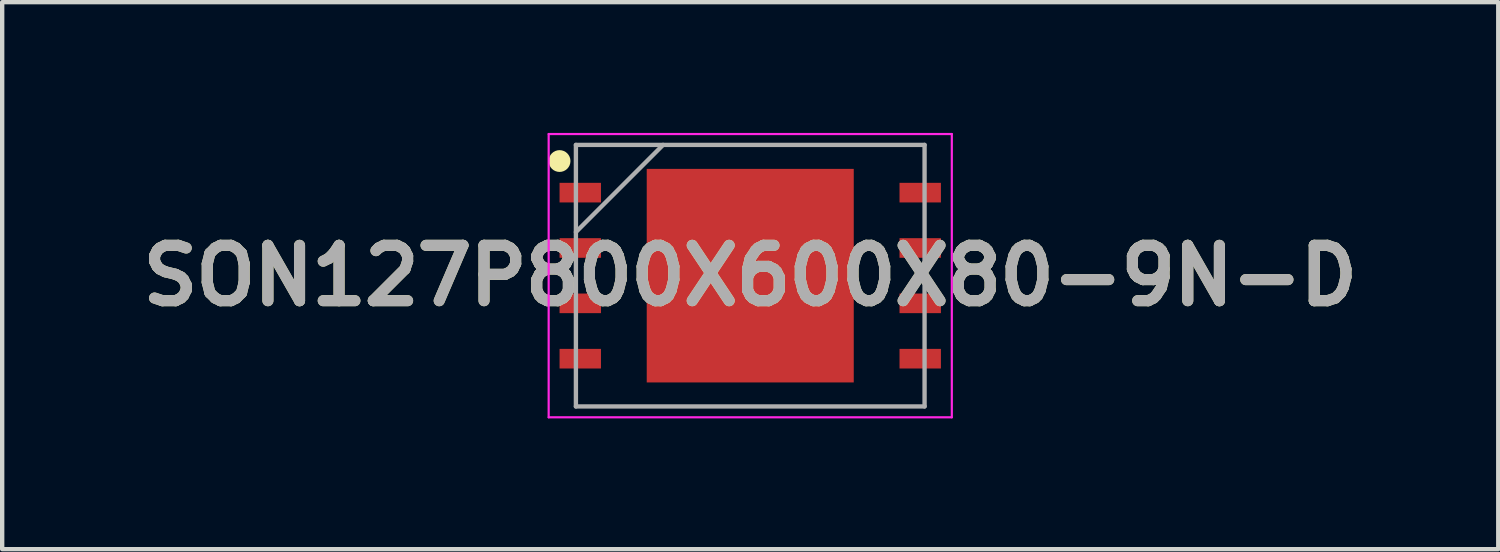
<source format=kicad_pcb>
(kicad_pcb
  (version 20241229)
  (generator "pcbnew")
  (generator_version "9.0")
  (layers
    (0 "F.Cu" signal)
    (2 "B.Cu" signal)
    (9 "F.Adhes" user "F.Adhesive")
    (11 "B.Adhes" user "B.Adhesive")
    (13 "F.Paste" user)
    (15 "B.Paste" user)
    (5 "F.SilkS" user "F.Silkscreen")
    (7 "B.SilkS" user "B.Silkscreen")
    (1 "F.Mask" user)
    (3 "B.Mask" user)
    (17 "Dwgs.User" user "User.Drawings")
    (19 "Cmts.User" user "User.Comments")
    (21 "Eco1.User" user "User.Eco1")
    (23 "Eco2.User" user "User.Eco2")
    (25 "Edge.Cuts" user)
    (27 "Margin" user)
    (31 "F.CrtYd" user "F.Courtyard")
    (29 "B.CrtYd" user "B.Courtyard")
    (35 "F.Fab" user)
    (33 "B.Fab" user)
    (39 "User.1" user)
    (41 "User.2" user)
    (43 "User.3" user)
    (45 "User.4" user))
  (footprint "SON127P800X600X80-9N-D"
    (layer "F.Cu")
    (at 14.164 3.275)
    (property "Reference" "SON127P800X600X80-9N-D" (at 0 0 0) (layer "F.SilkS") (effects (font (size 1.27 1.27) (thickness 0.254))))
    (attr smd)
    (fp_circle (center -4.375 -2.63) (end -4.375 -2.505) (stroke (width 0.25) (type solid)) (fill no) (layer "F.SilkS"))
    (fp_line (start -4.625 -3.25) (end 4.625 -3.25) (stroke (width 0.05) (type solid)) (layer "F.CrtYd"))
    (fp_line (start -4.625 3.25) (end -4.625 -3.25) (stroke (width 0.05) (type solid)) (layer "F.CrtYd"))
    (fp_line (start 4.625 -3.25) (end 4.625 3.25) (stroke (width 0.05) (type solid)) (layer "F.CrtYd"))
    (fp_line (start 4.625 3.25) (end -4.625 3.25) (stroke (width 0.05) (type solid)) (layer "F.CrtYd"))
    (fp_line (start -4 -3) (end 4 -3) (stroke (width 0.1) (type solid)) (layer "F.Fab"))
    (fp_line (start -4 -1) (end -2 -3) (stroke (width 0.1) (type solid)) (layer "F.Fab"))
    (fp_line (start -4 3) (end -4 -3) (stroke (width 0.1) (type solid)) (layer "F.Fab"))
    (fp_line (start 4 -3) (end 4 3) (stroke (width 0.1) (type solid)) (layer "F.Fab"))
    (fp_line (start 4 3) (end -4 3) (stroke (width 0.1) (type solid)) (layer "F.Fab"))
    (fp_text user "${REFERENCE}" (at 0 0 0) (layer "F.Fab") (effects (font (size 1.27 1.27) (thickness 0.254))))
    (pad "1" smd rect (at -3.9 -1.905 90) (size 0.45 0.95) (layers "F.Cu" "F.Mask" "F.Paste"))
    (pad "2" smd rect (at -3.9 -0.635 90) (size 0.45 0.95) (layers "F.Cu" "F.Mask" "F.Paste"))
    (pad "3" smd rect (at -3.9 0.635 90) (size 0.45 0.95) (layers "F.Cu" "F.Mask" "F.Paste"))
    (pad "4" smd rect (at -3.9 1.905 90) (size 0.45 0.95) (layers "F.Cu" "F.Mask" "F.Paste"))
    (pad "5" smd rect (at 3.9 1.905 90) (size 0.45 0.95) (layers "F.Cu" "F.Mask" "F.Paste"))
    (pad "6" smd rect (at 3.9 0.635 90) (size 0.45 0.95) (layers "F.Cu" "F.Mask" "F.Paste"))
    (pad "7" smd rect (at 3.9 -0.635 90) (size 0.45 0.95) (layers "F.Cu" "F.Mask" "F.Paste"))
    (pad "8" smd rect (at 3.9 -1.905 90) (size 0.45 0.95) (layers "F.Cu" "F.Mask" "F.Paste"))
    (pad "9" smd rect (at 0 0) (size 4.75 4.9) (layers "F.Cu" "F.Mask" "F.Paste")))
  (gr_rect
    (start -3 -3)
    (end 31.327 9.55)
    (stroke (width 0.1) (type default))
    (fill no)
    (layer "Edge.Cuts")))
</source>
